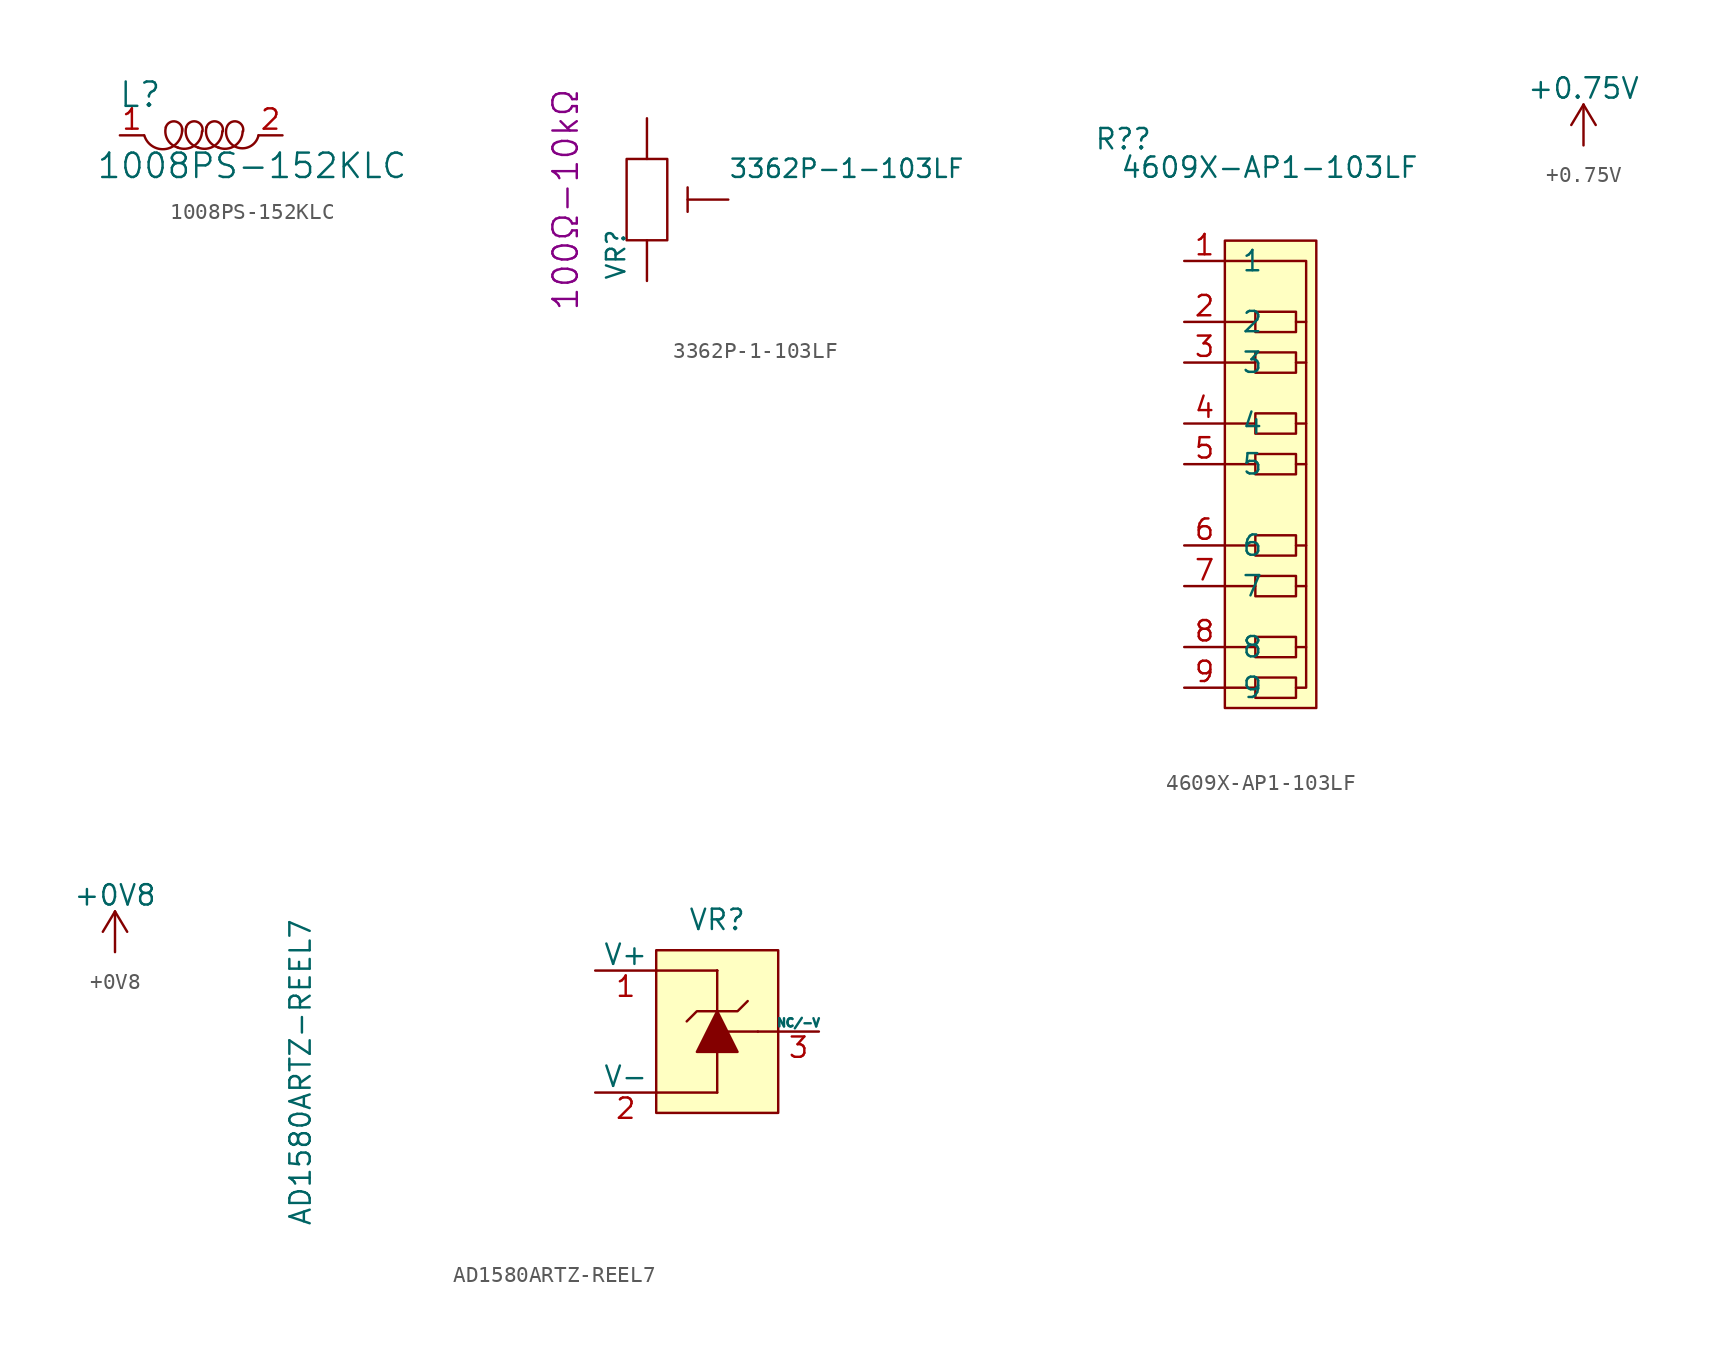
<source format=kicad_sym>
(kicad_symbol_lib
  (version 20211014)
  (generator kicad_symbol_editor)
  (symbol "1008PS-152KLC"
    (pin_names
      (offset 1.016))
    (property "Reference" "L"
      (at -3.81 2.54 0)
      (effects (font (size 1.524 1.524))))
    (property "Value" "1008PS-152KLC"
      (at 3.175 -1.905 0)
      (effects (font (size 1.524 1.524))))
    (symbol "1008PS-152KLC_0_1"
      (arc (start -3.556 0) (mid -2.1694 -0.8461) (end -1.1938 0.4318) (stroke (width 0) (type default) (color 0 0 0 0)) (fill (type none)))
      (arc (start -2.2098 0.508) (mid -2.0918 -0.2848) (end -1.4478 -0.762) (stroke (width 0) (type default) (color 0 0 0 0)) (fill (type none)))
      (arc (start -1.4732 -0.762) (mid -0.4347 -0.6489) (end 0.0508 0.254) (stroke (width 0) (type default) (color 0 0 0 0)) (fill (type none)))
      (arc (start -1.1938 0.254) (mid -1.5764 0.8583) (end -2.2098 0.508) (stroke (width 0) (type default) (color 0 0 0 0)) (fill (type none)))
      (arc (start -0.9398 0.508) (mid -0.8218 -0.2848) (end -0.1778 -0.762) (stroke (width 0) (type default) (color 0 0 0 0)) (fill (type none)))
      (arc (start -0.2032 -0.762) (mid 0.8353 -0.6489) (end 1.3208 0.254) (stroke (width 0) (type default) (color 0 0 0 0)) (fill (type none)))
      (arc (start 0.0762 0.254) (mid -0.3064 0.8583) (end -0.9398 0.508) (stroke (width 0) (type default) (color 0 0 0 0)) (fill (type none)))
      (arc (start 0.3302 0.508) (mid 0.4482 -0.2848) (end 1.0922 -0.762) (stroke (width 0) (type default) (color 0 0 0 0)) (fill (type none)))
      (arc (start 1.0668 -0.762) (mid 2.1053 -0.6489) (end 2.5908 0.254) (stroke (width 0) (type default) (color 0 0 0 0)) (fill (type none)))
      (arc (start 1.3462 0.254) (mid 0.9636 0.8583) (end 0.3302 0.508) (stroke (width 0) (type default) (color 0 0 0 0)) (fill (type none)))
      (arc (start 1.5748 0.4318) (mid 2.3727 -0.7843) (end 3.5814 0) (stroke (width 0) (type default) (color 0 0 0 0)) (fill (type none)))
      (arc (start 2.6162 0.254) (mid 2.2336 0.8583) (end 1.6002 0.508) (stroke (width 0) (type default) (color 0 0 0 0)) (fill (type none))))
    (symbol "1008PS-152KLC_1_1"
      (pin passive line (at -5.08 0 0) (length 1.499) (name "~" (effects (font (size 1.27 1.27)))) (number "1" (effects (font (size 1.27 1.27)))))
      (pin passive line (at 5.08 0 180) (length 1.499) (name "~" (effects (font (size 1.27 1.27)))) (number "2" (effects (font (size 1.27 1.27)))))))
  (symbol "3362P-1-103LF"
    (pin_numbers hide)
    (pin_names
      (offset 1.016) hide)
    (property "Reference" "VR"
      (at -1.27 -5.08 90)
      (effects (font (size 1.143 1.143)) (justify left bottom)))
    (property "Value" "3362P-1-103LF"
      (at 5.08 1.27 0)
      (effects (font (size 1.143 1.143)) (justify left bottom)))
    (property "resistance" "100Ω-10kΩ"
      (at -5.08 0 90)
      (effects (font (size 1.524 1.524))))
    (symbol "3362P-1-103LF_0_1"
      (rectangle (start -1.27 2.54) (end 1.27 -2.54) (stroke (width 0) (type default) (color 0 0 0 0)) (fill (type none))))
    (symbol "3362P-1-103LF_1_1"
      (polyline (pts (xy 2.54 0.762) (xy 2.54 -0.762)) (stroke (width 0) (type default) (color 0 0 0 0)) (fill (type none)))
      (pin passive line (at 0 5.08 270) (length 2.54) (name "CCW" (effects (font (size 1.016 1.016)))) (number "1" (effects (font (size 1.016 1.016)))))
      (pin passive line (at 5.08 0 180) (length 2.54) (name "WIPER" (effects (font (size 1.016 1.016)))) (number "2" (effects (font (size 1.016 1.016)))))
      (pin passive line (at 0 -5.08 90) (length 2.54) (name "CW" (effects (font (size 1.016 1.016)))) (number "3" (effects (font (size 1.016 1.016)))))))
  (symbol "4609X-AP1-103LF"
    (pin_names
      (offset 1.016))
    (property "Reference" "R?"
      (at -8.89 20.955 0)
      (effects (font (size 1.27 1.27))))
    (property "Value" "4609X-AP1-103LF"
      (at 0.254 19.177 0)
      (effects (font (size 1.27 1.27))))
    (symbol "4609X-AP1-103LF_0_0"
      (pin power_in line (at -5.08 13.335 0) (length 2.54) (name "1" (effects (font (size 1.27 1.27)))) (number "1" (effects (font (size 1.27 1.27)))))
      (pin passive line (at -5.08 9.525 0) (length 2.54) (name "2" (effects (font (size 1.27 1.27)))) (number "2" (effects (font (size 1.27 1.27)))))
      (pin passive line (at -5.08 6.985 0) (length 2.54) (name "3" (effects (font (size 1.27 1.27)))) (number "3" (effects (font (size 1.27 1.27)))))
      (pin passive line (at -5.08 3.175 0) (length 2.54) (name "4" (effects (font (size 1.27 1.27)))) (number "4" (effects (font (size 1.27 1.27)))))
      (pin passive line (at -5.08 0.635 0) (length 2.54) (name "5" (effects (font (size 1.27 1.27)))) (number "5" (effects (font (size 1.27 1.27)))))
      (pin passive line (at -5.08 -4.445 0) (length 2.54) (name "6" (effects (font (size 1.27 1.27)))) (number "6" (effects (font (size 1.27 1.27)))))
      (pin passive line (at -5.08 -6.985 0) (length 2.54) (name "7" (effects (font (size 1.27 1.27)))) (number "7" (effects (font (size 1.27 1.27)))))
      (pin passive line (at -5.08 -10.795 0) (length 2.54) (name "8" (effects (font (size 1.27 1.27)))) (number "8" (effects (font (size 1.27 1.27)))))
      (pin passive line (at -5.08 -13.335 0) (length 2.54) (name "9" (effects (font (size 1.27 1.27)))) (number "9" (effects (font (size 1.27 1.27))))))
    (symbol "4609X-AP1-103LF_0_1"
      (rectangle (start -2.54 14.605) (end 3.175 -14.605) (stroke (width 0.152) (type default) (color 0 0 0 0)) (fill (type background)))
      (rectangle (start -0.635 10.16) (end 1.905 8.89) (stroke (width 0.152) (type default) (color 0 0 0 0)) (fill (type none)))
      (polyline (pts (xy -2.54 9.525) (xy -0.635 9.525)) (stroke (width 0.152) (type default) (color 0 0 0 0)) (fill (type none)))
      (polyline (pts (xy -0.635 -13.335) (xy -2.54 -13.335)) (stroke (width 0.152) (type default) (color 0 0 0 0)) (fill (type none)))
      (polyline (pts (xy -0.635 -10.795) (xy -2.54 -10.795)) (stroke (width 0.152) (type default) (color 0 0 0 0)) (fill (type none)))
      (polyline (pts (xy -0.635 -6.985) (xy -2.54 -6.985)) (stroke (width 0.152) (type default) (color 0 0 0 0)) (fill (type none)))
      (polyline (pts (xy -0.635 -4.445) (xy -2.54 -4.445)) (stroke (width 0.152) (type default) (color 0 0 0 0)) (fill (type none)))
      (polyline (pts (xy -0.635 0.635) (xy -2.54 0.635)) (stroke (width 0.152) (type default) (color 0 0 0 0)) (fill (type none)))
      (polyline (pts (xy -0.635 3.175) (xy -2.54 3.175)) (stroke (width 0.152) (type default) (color 0 0 0 0)) (fill (type none)))
      (polyline (pts (xy -0.635 6.985) (xy -2.54 6.985)) (stroke (width 0.152) (type default) (color 0 0 0 0)) (fill (type none)))
      (polyline (pts (xy 1.905 -10.795) (xy 2.54 -10.795)) (stroke (width 0.152) (type default) (color 0 0 0 0)) (fill (type none)))
      (polyline (pts (xy 1.905 -6.985) (xy 2.54 -6.985)) (stroke (width 0.152) (type default) (color 0 0 0 0)) (fill (type none)))
      (polyline (pts (xy 1.905 -4.445) (xy 2.54 -4.445)) (stroke (width 0.152) (type default) (color 0 0 0 0)) (fill (type none)))
      (polyline (pts (xy 1.905 0.635) (xy 2.54 0.635)) (stroke (width 0.152) (type default) (color 0 0 0 0)) (fill (type none)))
      (polyline (pts (xy 1.905 3.175) (xy 2.54 3.175)) (stroke (width 0.152) (type default) (color 0 0 0 0)) (fill (type none)))
      (polyline (pts (xy 1.905 6.985) (xy 2.54 6.985)) (stroke (width 0.152) (type default) (color 0 0 0 0)) (fill (type none)))
      (polyline (pts (xy 1.905 9.525) (xy 2.54 9.525)) (stroke (width 0.152) (type default) (color 0 0 0 0)) (fill (type none)))
      (polyline (pts (xy -2.54 13.335) (xy 2.54 13.335) (xy 2.54 -13.335) (xy 1.905 -13.335)) (stroke (width 0.152) (type default) (color 0 0 0 0)) (fill (type none))))
    (symbol "4609X-AP1-103LF_1_1"
      (rectangle (start -0.635 -12.7) (end 1.905 -13.97) (stroke (width 0.152) (type default) (color 0 0 0 0)) (fill (type none)))
      (rectangle (start -0.635 -10.16) (end 1.905 -11.43) (stroke (width 0.152) (type default) (color 0 0 0 0)) (fill (type none)))
      (rectangle (start -0.635 -6.35) (end 1.905 -7.62) (stroke (width 0.152) (type default) (color 0 0 0 0)) (fill (type none)))
      (rectangle (start -0.635 -3.81) (end 1.905 -5.08) (stroke (width 0.152) (type default) (color 0 0 0 0)) (fill (type none)))
      (rectangle (start -0.635 1.27) (end 1.905 0) (stroke (width 0.152) (type default) (color 0 0 0 0)) (fill (type none)))
      (rectangle (start -0.635 3.81) (end 1.905 2.54) (stroke (width 0.152) (type default) (color 0 0 0 0)) (fill (type none)))
      (rectangle (start -0.635 7.62) (end 1.905 6.35) (stroke (width 0.152) (type default) (color 0 0 0 0)) (fill (type none)))))
  (symbol "+0.75V"
    (power)
    (pin_names
      (offset 0))
    (property "Reference" "#PWR"
      (at 0 -4.445 0)
      (effects (font (size 1.27 1.27)) hide))
    (property "Value" "+0.75V"
      (at 0 3.556 0)
      (effects (font (size 1.27 1.27))))
    (symbol "+0.75V_0_1"
      (polyline (pts (xy -0.762 1.27) (xy 0 2.54)) (stroke (width 0) (type default) (color 0 0 0 0)) (fill (type none)))
      (polyline (pts (xy 0 0) (xy 0 2.54)) (stroke (width 0) (type default) (color 0 0 0 0)) (fill (type none)))
      (polyline (pts (xy 0 2.54) (xy 0.762 1.27)) (stroke (width 0) (type default) (color 0 0 0 0)) (fill (type none))))
    (symbol "+0.75V_1_1"
      (pin power_in line (at 0 0 90) (length 0) hide (name "+0.75V" (effects (font (size 1.27 1.27)))) (number "1" (effects (font (size 1.27 1.27)))))))
  (symbol "+0V8"
    (power)
    (pin_names
      (offset 0))
    (property "Reference" "#PWR"
      (at 0 -3.81 0)
      (effects (font (size 1.27 1.27)) hide))
    (property "Value" "+0V8"
      (at 0 3.556 0)
      (effects (font (size 1.27 1.27))))
    (symbol "+0V8_1_1"
      (polyline (pts (xy -0.762 1.27) (xy 0 2.54)) (stroke (width 0) (type default) (color 0 0 0 0)) (fill (type none)))
      (polyline (pts (xy 0 0) (xy 0 2.54)) (stroke (width 0) (type default) (color 0 0 0 0)) (fill (type none)))
      (polyline (pts (xy 0 2.54) (xy 0.762 1.27)) (stroke (width 0) (type default) (color 0 0 0 0)) (fill (type none)))
      (pin power_in line (at 0 0 90) (length 0) hide (name "+0V8" (effects (font (size 1.27 1.27)))) (number "1" (effects (font (size 1.27 1.27)))))))
  (symbol "AD1580ARTZ-REEL7"
    (pin_names
      (offset 0))
    (property "Reference" "VR"
      (at 0 6.985 0)
      (effects (font (size 1.27 1.27))))
    (property "Value" "AD1580ARTZ-REEL7"
      (at -26.035 -2.54 90)
      (effects (font (size 1.27 1.27))))
    (symbol "AD1580ARTZ-REEL7_0_1"
      (polyline (pts (xy -3.81 -3.81) (xy 0 -3.81)) (stroke (width 0) (type default) (color 0 0 0 0)) (fill (type none)))
      (polyline (pts (xy -3.81 3.81) (xy 0 3.81)) (stroke (width 0) (type default) (color 0 0 0 0)) (fill (type none)))
      (polyline (pts (xy 0 -1.27) (xy 0 -3.81)) (stroke (width 0) (type default) (color 0 0 0 0)) (fill (type none)))
      (polyline (pts (xy 0 1.27) (xy 0 3.81)) (stroke (width 0) (type default) (color 0 0 0 0)) (fill (type none)))
      (polyline (pts (xy 0 3.81) (xy 0 3.81)) (stroke (width 0) (type default) (color 0 0 0 0)) (fill (type none)))
      (polyline (pts (xy 2.54 0) (xy 0.635 0)) (stroke (width 0) (type default) (color 0 0 0 0)) (fill (type none)))
      (polyline (pts (xy 2.54 0) (xy 3.81 0)) (stroke (width 0) (type default) (color 0 0 0 0)) (fill (type none)))
      (polyline (pts (xy 0 1.27) (xy 1.27 -1.27) (xy -1.27 -1.27) (xy 0 1.27)) (stroke (width 0) (type default) (color 0 0 0 0)) (fill (type outline)))
      (polyline (pts (xy 1.905 1.905) (xy 1.27 1.27) (xy -1.27 1.27) (xy -1.905 0.635)) (stroke (width 0) (type default) (color 0 0 0 0)) (fill (type none)))
      (rectangle (start 3.81 -5.08) (end -3.81 5.08) (stroke (width 0) (type default) (color 0 0 0 0)) (fill (type background))))
    (symbol "AD1580ARTZ-REEL7_1_1"
      (pin passive line (at -7.62 3.81 0) (length 3.81) (name "V+" (effects (font (size 1.27 1.27)))) (number "1" (effects (font (size 1.27 1.27)))))
      (pin passive line (at -7.62 -3.81 0) (length 3.81) (name "V-" (effects (font (size 1.27 1.27)))) (number "2" (effects (font (size 1.27 1.27)))))
      (pin passive line (at 6.35 0 180) (length 2.54) (name "NC/-V" (effects (font (size 0.508 0.508)))) (number "3" (effects (font (size 1.27 1.27))))))))
</source>
